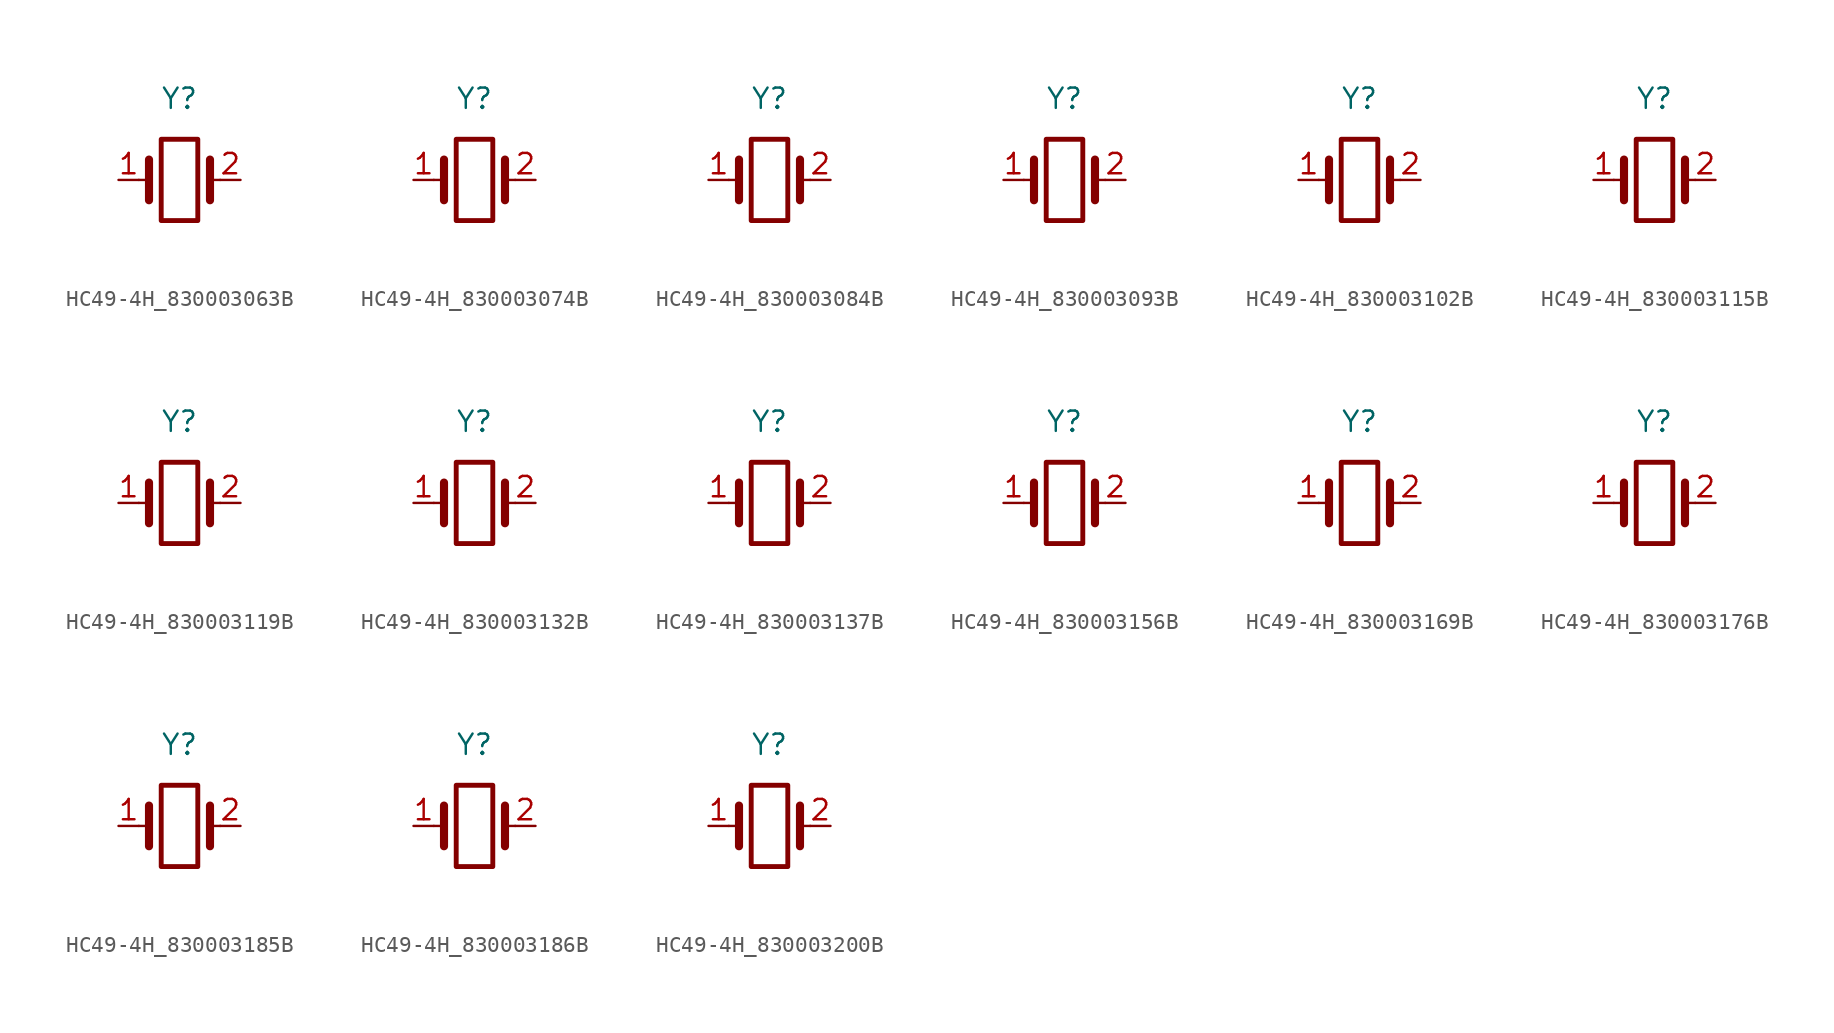
<source format=kicad_sym>
(kicad_symbol_lib
  (version 20220914)
  (generator kicad_symbol_editor)
  (symbol "HC49-4H_830003063B"
    (pin_names hide)
    (property "Reference" "Y"
      (at 0 5.08 0)
      (effects (font (size 1.27 1.27))))
    (property "Critical Parameter" ""
      (at 0 -5.08 0)
      (effects (font (size 1.27 1.27)) (justify left)))
    (symbol "HC49-4H_830003063B_0_1"
      (rectangle (start -1.143 2.54) (end 1.143 -2.54) (stroke (width 0.305) (type default)) (fill (type none)))
      (polyline (pts (xy -2.54 0) (xy -1.905 0)) (stroke (width 0) (type default)) (fill (type none)))
      (polyline (pts (xy -1.905 -1.27) (xy -1.905 1.27)) (stroke (width 0.508) (type default)) (fill (type none)))
      (polyline (pts (xy 1.905 -1.27) (xy 1.905 1.27)) (stroke (width 0.508) (type default)) (fill (type none)))
      (polyline (pts (xy 2.54 0) (xy 1.905 0)) (stroke (width 0) (type default)) (fill (type none))))
    (symbol "HC49-4H_830003063B_1_1"
      (pin passive line (at -3.81 0 0) (length 1.27) (name "1" (effects (font (size 1.27 1.27)))) (number "1" (effects (font (size 1.27 1.27)))))
      (pin passive line (at 3.81 0 180) (length 1.27) (name "2" (effects (font (size 1.27 1.27)))) (number "2" (effects (font (size 1.27 1.27)))))))
  (symbol "HC49-4H_830003074B"
    (pin_names hide)
    (property "Reference" "Y"
      (at 0 5.08 0)
      (effects (font (size 1.27 1.27))))
    (property "Critical Parameter" ""
      (at 0 -5.08 0)
      (effects (font (size 1.27 1.27)) (justify left)))
    (symbol "HC49-4H_830003074B_0_1"
      (rectangle (start -1.143 2.54) (end 1.143 -2.54) (stroke (width 0.305) (type default)) (fill (type none)))
      (polyline (pts (xy -2.54 0) (xy -1.905 0)) (stroke (width 0) (type default)) (fill (type none)))
      (polyline (pts (xy -1.905 -1.27) (xy -1.905 1.27)) (stroke (width 0.508) (type default)) (fill (type none)))
      (polyline (pts (xy 1.905 -1.27) (xy 1.905 1.27)) (stroke (width 0.508) (type default)) (fill (type none)))
      (polyline (pts (xy 2.54 0) (xy 1.905 0)) (stroke (width 0) (type default)) (fill (type none))))
    (symbol "HC49-4H_830003074B_1_1"
      (pin passive line (at -3.81 0 0) (length 1.27) (name "1" (effects (font (size 1.27 1.27)))) (number "1" (effects (font (size 1.27 1.27)))))
      (pin passive line (at 3.81 0 180) (length 1.27) (name "2" (effects (font (size 1.27 1.27)))) (number "2" (effects (font (size 1.27 1.27)))))))
  (symbol "HC49-4H_830003084B"
    (pin_names hide)
    (property "Reference" "Y"
      (at 0 5.08 0)
      (effects (font (size 1.27 1.27))))
    (property "Critical Parameter" ""
      (at 0 -5.08 0)
      (effects (font (size 1.27 1.27)) (justify left)))
    (symbol "HC49-4H_830003084B_0_1"
      (rectangle (start -1.143 2.54) (end 1.143 -2.54) (stroke (width 0.305) (type default)) (fill (type none)))
      (polyline (pts (xy -2.54 0) (xy -1.905 0)) (stroke (width 0) (type default)) (fill (type none)))
      (polyline (pts (xy -1.905 -1.27) (xy -1.905 1.27)) (stroke (width 0.508) (type default)) (fill (type none)))
      (polyline (pts (xy 1.905 -1.27) (xy 1.905 1.27)) (stroke (width 0.508) (type default)) (fill (type none)))
      (polyline (pts (xy 2.54 0) (xy 1.905 0)) (stroke (width 0) (type default)) (fill (type none))))
    (symbol "HC49-4H_830003084B_1_1"
      (pin passive line (at -3.81 0 0) (length 1.27) (name "1" (effects (font (size 1.27 1.27)))) (number "1" (effects (font (size 1.27 1.27)))))
      (pin passive line (at 3.81 0 180) (length 1.27) (name "2" (effects (font (size 1.27 1.27)))) (number "2" (effects (font (size 1.27 1.27)))))))
  (symbol "HC49-4H_830003093B"
    (pin_names hide)
    (property "Reference" "Y"
      (at 0 5.08 0)
      (effects (font (size 1.27 1.27))))
    (property "Critical Parameter" ""
      (at 0 -5.08 0)
      (effects (font (size 1.27 1.27)) (justify left)))
    (symbol "HC49-4H_830003093B_0_1"
      (rectangle (start -1.143 2.54) (end 1.143 -2.54) (stroke (width 0.305) (type default)) (fill (type none)))
      (polyline (pts (xy -2.54 0) (xy -1.905 0)) (stroke (width 0) (type default)) (fill (type none)))
      (polyline (pts (xy -1.905 -1.27) (xy -1.905 1.27)) (stroke (width 0.508) (type default)) (fill (type none)))
      (polyline (pts (xy 1.905 -1.27) (xy 1.905 1.27)) (stroke (width 0.508) (type default)) (fill (type none)))
      (polyline (pts (xy 2.54 0) (xy 1.905 0)) (stroke (width 0) (type default)) (fill (type none))))
    (symbol "HC49-4H_830003093B_1_1"
      (pin passive line (at -3.81 0 0) (length 1.27) (name "1" (effects (font (size 1.27 1.27)))) (number "1" (effects (font (size 1.27 1.27)))))
      (pin passive line (at 3.81 0 180) (length 1.27) (name "2" (effects (font (size 1.27 1.27)))) (number "2" (effects (font (size 1.27 1.27)))))))
  (symbol "HC49-4H_830003102B"
    (pin_names hide)
    (property "Reference" "Y"
      (at 0 5.08 0)
      (effects (font (size 1.27 1.27))))
    (property "Critical Parameter" ""
      (at 0 -5.08 0)
      (effects (font (size 1.27 1.27)) (justify left)))
    (symbol "HC49-4H_830003102B_0_1"
      (rectangle (start -1.143 2.54) (end 1.143 -2.54) (stroke (width 0.305) (type default)) (fill (type none)))
      (polyline (pts (xy -2.54 0) (xy -1.905 0)) (stroke (width 0) (type default)) (fill (type none)))
      (polyline (pts (xy -1.905 -1.27) (xy -1.905 1.27)) (stroke (width 0.508) (type default)) (fill (type none)))
      (polyline (pts (xy 1.905 -1.27) (xy 1.905 1.27)) (stroke (width 0.508) (type default)) (fill (type none)))
      (polyline (pts (xy 2.54 0) (xy 1.905 0)) (stroke (width 0) (type default)) (fill (type none))))
    (symbol "HC49-4H_830003102B_1_1"
      (pin passive line (at -3.81 0 0) (length 1.27) (name "1" (effects (font (size 1.27 1.27)))) (number "1" (effects (font (size 1.27 1.27)))))
      (pin passive line (at 3.81 0 180) (length 1.27) (name "2" (effects (font (size 1.27 1.27)))) (number "2" (effects (font (size 1.27 1.27)))))))
  (symbol "HC49-4H_830003115B"
    (pin_names hide)
    (property "Reference" "Y"
      (at 0 5.08 0)
      (effects (font (size 1.27 1.27))))
    (property "Critical Parameter" ""
      (at 0 -5.08 0)
      (effects (font (size 1.27 1.27)) (justify left)))
    (symbol "HC49-4H_830003115B_0_1"
      (rectangle (start -1.143 2.54) (end 1.143 -2.54) (stroke (width 0.305) (type default)) (fill (type none)))
      (polyline (pts (xy -2.54 0) (xy -1.905 0)) (stroke (width 0) (type default)) (fill (type none)))
      (polyline (pts (xy -1.905 -1.27) (xy -1.905 1.27)) (stroke (width 0.508) (type default)) (fill (type none)))
      (polyline (pts (xy 1.905 -1.27) (xy 1.905 1.27)) (stroke (width 0.508) (type default)) (fill (type none)))
      (polyline (pts (xy 2.54 0) (xy 1.905 0)) (stroke (width 0) (type default)) (fill (type none))))
    (symbol "HC49-4H_830003115B_1_1"
      (pin passive line (at -3.81 0 0) (length 1.27) (name "1" (effects (font (size 1.27 1.27)))) (number "1" (effects (font (size 1.27 1.27)))))
      (pin passive line (at 3.81 0 180) (length 1.27) (name "2" (effects (font (size 1.27 1.27)))) (number "2" (effects (font (size 1.27 1.27)))))))
  (symbol "HC49-4H_830003119B"
    (pin_names hide)
    (property "Reference" "Y"
      (at 0 5.08 0)
      (effects (font (size 1.27 1.27))))
    (property "Critical Parameter" ""
      (at 0 -5.08 0)
      (effects (font (size 1.27 1.27)) (justify left)))
    (symbol "HC49-4H_830003119B_0_1"
      (rectangle (start -1.143 2.54) (end 1.143 -2.54) (stroke (width 0.305) (type default)) (fill (type none)))
      (polyline (pts (xy -2.54 0) (xy -1.905 0)) (stroke (width 0) (type default)) (fill (type none)))
      (polyline (pts (xy -1.905 -1.27) (xy -1.905 1.27)) (stroke (width 0.508) (type default)) (fill (type none)))
      (polyline (pts (xy 1.905 -1.27) (xy 1.905 1.27)) (stroke (width 0.508) (type default)) (fill (type none)))
      (polyline (pts (xy 2.54 0) (xy 1.905 0)) (stroke (width 0) (type default)) (fill (type none))))
    (symbol "HC49-4H_830003119B_1_1"
      (pin passive line (at -3.81 0 0) (length 1.27) (name "1" (effects (font (size 1.27 1.27)))) (number "1" (effects (font (size 1.27 1.27)))))
      (pin passive line (at 3.81 0 180) (length 1.27) (name "2" (effects (font (size 1.27 1.27)))) (number "2" (effects (font (size 1.27 1.27)))))))
  (symbol "HC49-4H_830003132B"
    (pin_names hide)
    (property "Reference" "Y"
      (at 0 5.08 0)
      (effects (font (size 1.27 1.27))))
    (property "Critical Parameter" ""
      (at 0 -5.08 0)
      (effects (font (size 1.27 1.27)) (justify left)))
    (symbol "HC49-4H_830003132B_0_1"
      (rectangle (start -1.143 2.54) (end 1.143 -2.54) (stroke (width 0.305) (type default)) (fill (type none)))
      (polyline (pts (xy -2.54 0) (xy -1.905 0)) (stroke (width 0) (type default)) (fill (type none)))
      (polyline (pts (xy -1.905 -1.27) (xy -1.905 1.27)) (stroke (width 0.508) (type default)) (fill (type none)))
      (polyline (pts (xy 1.905 -1.27) (xy 1.905 1.27)) (stroke (width 0.508) (type default)) (fill (type none)))
      (polyline (pts (xy 2.54 0) (xy 1.905 0)) (stroke (width 0) (type default)) (fill (type none))))
    (symbol "HC49-4H_830003132B_1_1"
      (pin passive line (at -3.81 0 0) (length 1.27) (name "1" (effects (font (size 1.27 1.27)))) (number "1" (effects (font (size 1.27 1.27)))))
      (pin passive line (at 3.81 0 180) (length 1.27) (name "2" (effects (font (size 1.27 1.27)))) (number "2" (effects (font (size 1.27 1.27)))))))
  (symbol "HC49-4H_830003137B"
    (pin_names hide)
    (property "Reference" "Y"
      (at 0 5.08 0)
      (effects (font (size 1.27 1.27))))
    (property "Critical Parameter" ""
      (at 0 -5.08 0)
      (effects (font (size 1.27 1.27)) (justify left)))
    (symbol "HC49-4H_830003137B_0_1"
      (rectangle (start -1.143 2.54) (end 1.143 -2.54) (stroke (width 0.305) (type default)) (fill (type none)))
      (polyline (pts (xy -2.54 0) (xy -1.905 0)) (stroke (width 0) (type default)) (fill (type none)))
      (polyline (pts (xy -1.905 -1.27) (xy -1.905 1.27)) (stroke (width 0.508) (type default)) (fill (type none)))
      (polyline (pts (xy 1.905 -1.27) (xy 1.905 1.27)) (stroke (width 0.508) (type default)) (fill (type none)))
      (polyline (pts (xy 2.54 0) (xy 1.905 0)) (stroke (width 0) (type default)) (fill (type none))))
    (symbol "HC49-4H_830003137B_1_1"
      (pin passive line (at -3.81 0 0) (length 1.27) (name "1" (effects (font (size 1.27 1.27)))) (number "1" (effects (font (size 1.27 1.27)))))
      (pin passive line (at 3.81 0 180) (length 1.27) (name "2" (effects (font (size 1.27 1.27)))) (number "2" (effects (font (size 1.27 1.27)))))))
  (symbol "HC49-4H_830003156B"
    (pin_names hide)
    (property "Reference" "Y"
      (at 0 5.08 0)
      (effects (font (size 1.27 1.27))))
    (property "Critical Parameter" ""
      (at 0 -5.08 0)
      (effects (font (size 1.27 1.27)) (justify left)))
    (symbol "HC49-4H_830003156B_0_1"
      (rectangle (start -1.143 2.54) (end 1.143 -2.54) (stroke (width 0.305) (type default)) (fill (type none)))
      (polyline (pts (xy -2.54 0) (xy -1.905 0)) (stroke (width 0) (type default)) (fill (type none)))
      (polyline (pts (xy -1.905 -1.27) (xy -1.905 1.27)) (stroke (width 0.508) (type default)) (fill (type none)))
      (polyline (pts (xy 1.905 -1.27) (xy 1.905 1.27)) (stroke (width 0.508) (type default)) (fill (type none)))
      (polyline (pts (xy 2.54 0) (xy 1.905 0)) (stroke (width 0) (type default)) (fill (type none))))
    (symbol "HC49-4H_830003156B_1_1"
      (pin passive line (at -3.81 0 0) (length 1.27) (name "1" (effects (font (size 1.27 1.27)))) (number "1" (effects (font (size 1.27 1.27)))))
      (pin passive line (at 3.81 0 180) (length 1.27) (name "2" (effects (font (size 1.27 1.27)))) (number "2" (effects (font (size 1.27 1.27)))))))
  (symbol "HC49-4H_830003169B"
    (pin_names hide)
    (property "Reference" "Y"
      (at 0 5.08 0)
      (effects (font (size 1.27 1.27))))
    (property "Critical Parameter" ""
      (at 0 -5.08 0)
      (effects (font (size 1.27 1.27)) (justify left)))
    (symbol "HC49-4H_830003169B_0_1"
      (rectangle (start -1.143 2.54) (end 1.143 -2.54) (stroke (width 0.305) (type default)) (fill (type none)))
      (polyline (pts (xy -2.54 0) (xy -1.905 0)) (stroke (width 0) (type default)) (fill (type none)))
      (polyline (pts (xy -1.905 -1.27) (xy -1.905 1.27)) (stroke (width 0.508) (type default)) (fill (type none)))
      (polyline (pts (xy 1.905 -1.27) (xy 1.905 1.27)) (stroke (width 0.508) (type default)) (fill (type none)))
      (polyline (pts (xy 2.54 0) (xy 1.905 0)) (stroke (width 0) (type default)) (fill (type none))))
    (symbol "HC49-4H_830003169B_1_1"
      (pin passive line (at -3.81 0 0) (length 1.27) (name "1" (effects (font (size 1.27 1.27)))) (number "1" (effects (font (size 1.27 1.27)))))
      (pin passive line (at 3.81 0 180) (length 1.27) (name "2" (effects (font (size 1.27 1.27)))) (number "2" (effects (font (size 1.27 1.27)))))))
  (symbol "HC49-4H_830003176B"
    (pin_names hide)
    (property "Reference" "Y"
      (at 0 5.08 0)
      (effects (font (size 1.27 1.27))))
    (property "Critical Parameter" ""
      (at 0 -5.08 0)
      (effects (font (size 1.27 1.27)) (justify left)))
    (symbol "HC49-4H_830003176B_0_1"
      (rectangle (start -1.143 2.54) (end 1.143 -2.54) (stroke (width 0.305) (type default)) (fill (type none)))
      (polyline (pts (xy -2.54 0) (xy -1.905 0)) (stroke (width 0) (type default)) (fill (type none)))
      (polyline (pts (xy -1.905 -1.27) (xy -1.905 1.27)) (stroke (width 0.508) (type default)) (fill (type none)))
      (polyline (pts (xy 1.905 -1.27) (xy 1.905 1.27)) (stroke (width 0.508) (type default)) (fill (type none)))
      (polyline (pts (xy 2.54 0) (xy 1.905 0)) (stroke (width 0) (type default)) (fill (type none))))
    (symbol "HC49-4H_830003176B_1_1"
      (pin passive line (at -3.81 0 0) (length 1.27) (name "1" (effects (font (size 1.27 1.27)))) (number "1" (effects (font (size 1.27 1.27)))))
      (pin passive line (at 3.81 0 180) (length 1.27) (name "2" (effects (font (size 1.27 1.27)))) (number "2" (effects (font (size 1.27 1.27)))))))
  (symbol "HC49-4H_830003185B"
    (pin_names hide)
    (property "Reference" "Y"
      (at 0 5.08 0)
      (effects (font (size 1.27 1.27))))
    (property "Critical Parameter" ""
      (at 0 -5.08 0)
      (effects (font (size 1.27 1.27)) (justify left)))
    (symbol "HC49-4H_830003185B_0_1"
      (rectangle (start -1.143 2.54) (end 1.143 -2.54) (stroke (width 0.305) (type default)) (fill (type none)))
      (polyline (pts (xy -2.54 0) (xy -1.905 0)) (stroke (width 0) (type default)) (fill (type none)))
      (polyline (pts (xy -1.905 -1.27) (xy -1.905 1.27)) (stroke (width 0.508) (type default)) (fill (type none)))
      (polyline (pts (xy 1.905 -1.27) (xy 1.905 1.27)) (stroke (width 0.508) (type default)) (fill (type none)))
      (polyline (pts (xy 2.54 0) (xy 1.905 0)) (stroke (width 0) (type default)) (fill (type none))))
    (symbol "HC49-4H_830003185B_1_1"
      (pin passive line (at -3.81 0 0) (length 1.27) (name "1" (effects (font (size 1.27 1.27)))) (number "1" (effects (font (size 1.27 1.27)))))
      (pin passive line (at 3.81 0 180) (length 1.27) (name "2" (effects (font (size 1.27 1.27)))) (number "2" (effects (font (size 1.27 1.27)))))))
  (symbol "HC49-4H_830003186B"
    (pin_names hide)
    (property "Reference" "Y"
      (at 0 5.08 0)
      (effects (font (size 1.27 1.27))))
    (property "Critical Parameter" ""
      (at 0 -5.08 0)
      (effects (font (size 1.27 1.27)) (justify left)))
    (symbol "HC49-4H_830003186B_0_1"
      (rectangle (start -1.143 2.54) (end 1.143 -2.54) (stroke (width 0.305) (type default)) (fill (type none)))
      (polyline (pts (xy -2.54 0) (xy -1.905 0)) (stroke (width 0) (type default)) (fill (type none)))
      (polyline (pts (xy -1.905 -1.27) (xy -1.905 1.27)) (stroke (width 0.508) (type default)) (fill (type none)))
      (polyline (pts (xy 1.905 -1.27) (xy 1.905 1.27)) (stroke (width 0.508) (type default)) (fill (type none)))
      (polyline (pts (xy 2.54 0) (xy 1.905 0)) (stroke (width 0) (type default)) (fill (type none))))
    (symbol "HC49-4H_830003186B_1_1"
      (pin passive line (at -3.81 0 0) (length 1.27) (name "1" (effects (font (size 1.27 1.27)))) (number "1" (effects (font (size 1.27 1.27)))))
      (pin passive line (at 3.81 0 180) (length 1.27) (name "2" (effects (font (size 1.27 1.27)))) (number "2" (effects (font (size 1.27 1.27)))))))
  (symbol "HC49-4H_830003200B"
    (pin_names hide)
    (property "Reference" "Y"
      (at 0 5.08 0)
      (effects (font (size 1.27 1.27))))
    (property "Critical Parameter" ""
      (at 0 -5.08 0)
      (effects (font (size 1.27 1.27)) (justify left)))
    (symbol "HC49-4H_830003200B_0_1"
      (rectangle (start -1.143 2.54) (end 1.143 -2.54) (stroke (width 0.305) (type default)) (fill (type none)))
      (polyline (pts (xy -2.54 0) (xy -1.905 0)) (stroke (width 0) (type default)) (fill (type none)))
      (polyline (pts (xy -1.905 -1.27) (xy -1.905 1.27)) (stroke (width 0.508) (type default)) (fill (type none)))
      (polyline (pts (xy 1.905 -1.27) (xy 1.905 1.27)) (stroke (width 0.508) (type default)) (fill (type none)))
      (polyline (pts (xy 2.54 0) (xy 1.905 0)) (stroke (width 0) (type default)) (fill (type none))))
    (symbol "HC49-4H_830003200B_1_1"
      (pin passive line (at -3.81 0 0) (length 1.27) (name "1" (effects (font (size 1.27 1.27)))) (number "1" (effects (font (size 1.27 1.27)))))
      (pin passive line (at 3.81 0 180) (length 1.27) (name "2" (effects (font (size 1.27 1.27)))) (number "2" (effects (font (size 1.27 1.27))))))))
</source>
